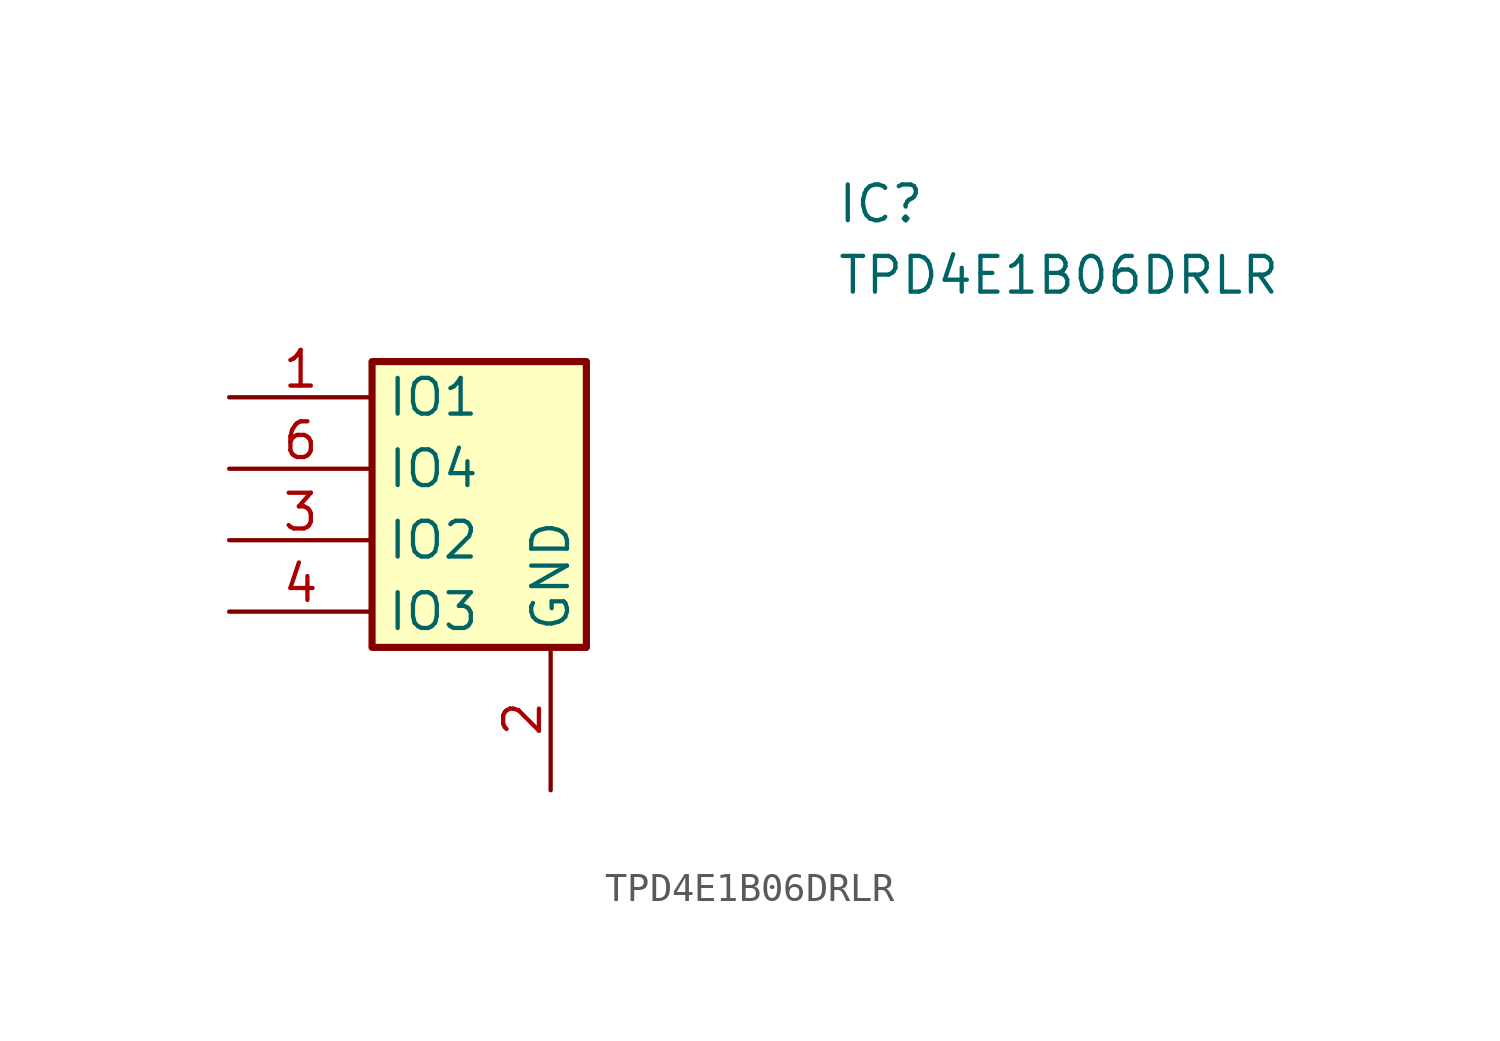
<source format=kicad_sym>
(kicad_symbol_lib
  (version 20220914)
  (generator kicad_symbol_editor)
  (symbol "TPD4E1B06DRLR"
    (property "Reference" "IC"
      (at 21.59 7.62 0)
      (effects (font (size 1.27 1.27)) (justify left top)))
    (property "Value" "TPD4E1B06DRLR"
      (at 21.59 5.08 0)
      (effects (font (size 1.27 1.27)) (justify left top)))
    (symbol "TPD4E1B06DRLR_1_1"
      (rectangle (start 5.08 1.27) (end 12.7 -8.89) (stroke (width 0.254) (type default)) (fill (type background)))
      (pin passive line (at 0 0 0) (length 5.08) (name "IO1" (effects (font (size 1.27 1.27)))) (number "1" (effects (font (size 1.27 1.27)))))
      (pin passive line (at 11.43 -13.97 90) (length 5.08) (name "GND" (effects (font (size 1.27 1.27)))) (number "2" (effects (font (size 1.27 1.27)))))
      (pin passive line (at 0 -5.08 0) (length 5.08) (name "IO2" (effects (font (size 1.27 1.27)))) (number "3" (effects (font (size 1.27 1.27)))))
      (pin passive line (at 0 -7.62 0) (length 5.08) (name "IO3" (effects (font (size 1.27 1.27)))) (number "4" (effects (font (size 1.27 1.27)))))
      (pin passive line (at 0 -2.54 0) (length 5.08) (name "IO4" (effects (font (size 1.27 1.27)))) (number "6" (effects (font (size 1.27 1.27))))))))
</source>
